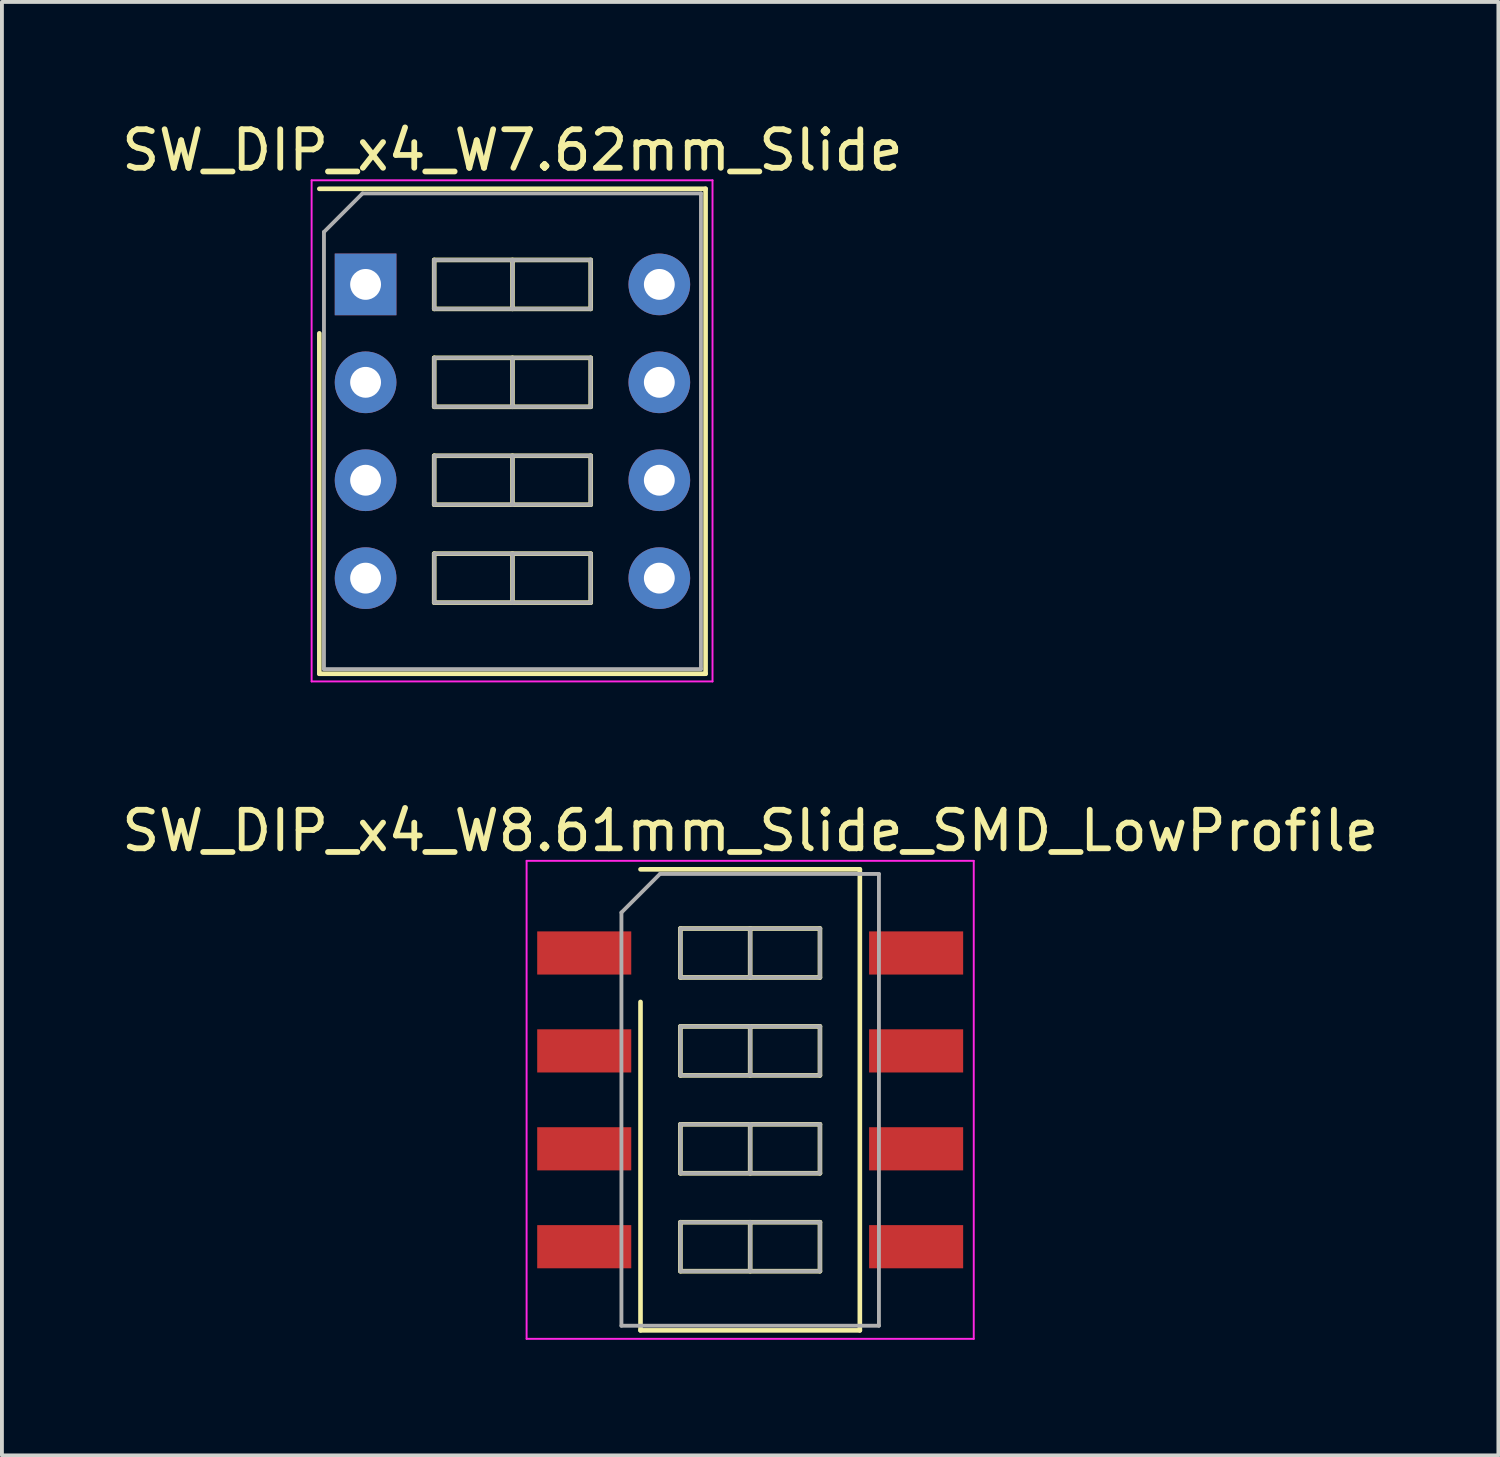
<source format=kicad_pcb>
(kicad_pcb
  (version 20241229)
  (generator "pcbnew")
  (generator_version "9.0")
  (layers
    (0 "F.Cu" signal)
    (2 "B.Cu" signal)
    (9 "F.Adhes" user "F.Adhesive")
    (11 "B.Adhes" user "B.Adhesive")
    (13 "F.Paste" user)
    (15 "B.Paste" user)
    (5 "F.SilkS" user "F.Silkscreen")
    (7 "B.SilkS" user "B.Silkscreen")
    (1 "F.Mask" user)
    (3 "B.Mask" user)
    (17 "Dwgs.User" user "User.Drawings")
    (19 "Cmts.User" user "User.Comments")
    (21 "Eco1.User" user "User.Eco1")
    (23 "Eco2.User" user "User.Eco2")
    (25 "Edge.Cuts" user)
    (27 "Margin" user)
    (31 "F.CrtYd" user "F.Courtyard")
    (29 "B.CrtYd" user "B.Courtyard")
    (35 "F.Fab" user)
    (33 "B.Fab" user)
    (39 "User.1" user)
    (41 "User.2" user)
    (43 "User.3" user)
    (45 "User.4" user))
  (footprint "SW_DIP_x4_W8.61mm_Slide_SMD_LowProfile"
    (layer "F.Cu")
    (at 16.411 25.482)
    (property "Reference" "SW_DIP_x4_W8.61mm_Slide_SMD_LowProfile" (at 0 -6.98 0) (layer "F.SilkS") (effects (font (size 1 1) (thickness 0.15))))
    (attr smd)
    (fp_line (start -2.845 -5.98) (end 2.845 -5.98) (stroke (width 0.12) (type solid)) (layer "F.SilkS"))
    (fp_line (start -2.845 5.98) (end -2.845 -2.54) (stroke (width 0.12) (type solid)) (layer "F.SilkS"))
    (fp_line (start -1.81 -4.445) (end -1.81 -3.175) (stroke (width 0.12) (type solid)) (layer "F.SilkS"))
    (fp_line (start -1.81 -3.175) (end 1.81 -3.175) (stroke (width 0.12) (type solid)) (layer "F.SilkS"))
    (fp_line (start -1.81 -1.905) (end -1.81 -0.635) (stroke (width 0.12) (type solid)) (layer "F.SilkS"))
    (fp_line (start -1.81 -0.635) (end 1.81 -0.635) (stroke (width 0.12) (type solid)) (layer "F.SilkS"))
    (fp_line (start -1.81 0.635) (end -1.81 1.905) (stroke (width 0.12) (type solid)) (layer "F.SilkS"))
    (fp_line (start -1.81 1.905) (end 1.81 1.905) (stroke (width 0.12) (type solid)) (layer "F.SilkS"))
    (fp_line (start -1.81 3.175) (end -1.81 4.445) (stroke (width 0.12) (type solid)) (layer "F.SilkS"))
    (fp_line (start -1.81 4.445) (end 1.81 4.445) (stroke (width 0.12) (type solid)) (layer "F.SilkS"))
    (fp_line (start 0 -4.445) (end 0 -3.175) (stroke (width 0.12) (type solid)) (layer "F.SilkS"))
    (fp_line (start 0 -1.905) (end 0 -0.635) (stroke (width 0.12) (type solid)) (layer "F.SilkS"))
    (fp_line (start 0 0.635) (end 0 1.905) (stroke (width 0.12) (type solid)) (layer "F.SilkS"))
    (fp_line (start 0 3.175) (end 0 4.445) (stroke (width 0.12) (type solid)) (layer "F.SilkS"))
    (fp_line (start 1.81 -4.445) (end -1.81 -4.445) (stroke (width 0.12) (type solid)) (layer "F.SilkS"))
    (fp_line (start 1.81 -3.175) (end 1.81 -4.445) (stroke (width 0.12) (type solid)) (layer "F.SilkS"))
    (fp_line (start 1.81 -1.905) (end -1.81 -1.905) (stroke (width 0.12) (type solid)) (layer "F.SilkS"))
    (fp_line (start 1.81 -0.635) (end 1.81 -1.905) (stroke (width 0.12) (type solid)) (layer "F.SilkS"))
    (fp_line (start 1.81 0.635) (end -1.81 0.635) (stroke (width 0.12) (type solid)) (layer "F.SilkS"))
    (fp_line (start 1.81 1.905) (end 1.81 0.635) (stroke (width 0.12) (type solid)) (layer "F.SilkS"))
    (fp_line (start 1.81 3.175) (end -1.81 3.175) (stroke (width 0.12) (type solid)) (layer "F.SilkS"))
    (fp_line (start 1.81 4.445) (end 1.81 3.175) (stroke (width 0.12) (type solid)) (layer "F.SilkS"))
    (fp_line (start 2.845 -5.98) (end 2.845 5.98) (stroke (width 0.12) (type solid)) (layer "F.SilkS"))
    (fp_line (start 2.845 5.98) (end -2.845 5.98) (stroke (width 0.12) (type solid)) (layer "F.SilkS"))
    (fp_line (start -5.8 -6.2) (end -5.8 6.2) (stroke (width 0.05) (type solid)) (layer "F.CrtYd"))
    (fp_line (start -5.8 6.2) (end 5.8 6.2) (stroke (width 0.05) (type solid)) (layer "F.CrtYd"))
    (fp_line (start 5.8 -6.2) (end -5.8 -6.2) (stroke (width 0.05) (type solid)) (layer "F.CrtYd"))
    (fp_line (start 5.8 6.2) (end 5.8 -6.2) (stroke (width 0.05) (type solid)) (layer "F.CrtYd"))
    (fp_line (start -3.34 -4.86) (end -2.34 -5.86) (stroke (width 0.1) (type solid)) (layer "F.Fab"))
    (fp_line (start -3.34 5.86) (end -3.34 -4.86) (stroke (width 0.1) (type solid)) (layer "F.Fab"))
    (fp_line (start -2.34 -5.86) (end 3.34 -5.86) (stroke (width 0.1) (type solid)) (layer "F.Fab"))
    (fp_line (start -1.81 -4.445) (end -1.81 -3.175) (stroke (width 0.1) (type solid)) (layer "F.Fab"))
    (fp_line (start -1.81 -3.175) (end 1.81 -3.175) (stroke (width 0.1) (type solid)) (layer "F.Fab"))
    (fp_line (start -1.81 -1.905) (end -1.81 -0.635) (stroke (width 0.1) (type solid)) (layer "F.Fab"))
    (fp_line (start -1.81 -0.635) (end 1.81 -0.635) (stroke (width 0.1) (type solid)) (layer "F.Fab"))
    (fp_line (start -1.81 0.635) (end -1.81 1.905) (stroke (width 0.1) (type solid)) (layer "F.Fab"))
    (fp_line (start -1.81 1.905) (end 1.81 1.905) (stroke (width 0.1) (type solid)) (layer "F.Fab"))
    (fp_line (start -1.81 3.175) (end -1.81 4.445) (stroke (width 0.1) (type solid)) (layer "F.Fab"))
    (fp_line (start -1.81 4.445) (end 1.81 4.445) (stroke (width 0.1) (type solid)) (layer "F.Fab"))
    (fp_line (start 0 -4.445) (end 0 -3.175) (stroke (width 0.1) (type solid)) (layer "F.Fab"))
    (fp_line (start 0 -1.905) (end 0 -0.635) (stroke (width 0.1) (type solid)) (layer "F.Fab"))
    (fp_line (start 0 0.635) (end 0 1.905) (stroke (width 0.1) (type solid)) (layer "F.Fab"))
    (fp_line (start 0 3.175) (end 0 4.445) (stroke (width 0.1) (type solid)) (layer "F.Fab"))
    (fp_line (start 1.81 -4.445) (end -1.81 -4.445) (stroke (width 0.1) (type solid)) (layer "F.Fab"))
    (fp_line (start 1.81 -3.175) (end 1.81 -4.445) (stroke (width 0.1) (type solid)) (layer "F.Fab"))
    (fp_line (start 1.81 -1.905) (end -1.81 -1.905) (stroke (width 0.1) (type solid)) (layer "F.Fab"))
    (fp_line (start 1.81 -0.635) (end 1.81 -1.905) (stroke (width 0.1) (type solid)) (layer "F.Fab"))
    (fp_line (start 1.81 0.635) (end -1.81 0.635) (stroke (width 0.1) (type solid)) (layer "F.Fab"))
    (fp_line (start 1.81 1.905) (end 1.81 0.635) (stroke (width 0.1) (type solid)) (layer "F.Fab"))
    (fp_line (start 1.81 3.175) (end -1.81 3.175) (stroke (width 0.1) (type solid)) (layer "F.Fab"))
    (fp_line (start 1.81 4.445) (end 1.81 3.175) (stroke (width 0.1) (type solid)) (layer "F.Fab"))
    (fp_line (start 3.34 -5.86) (end 3.34 5.86) (stroke (width 0.1) (type solid)) (layer "F.Fab"))
    (fp_line (start 3.34 5.86) (end -3.34 5.86) (stroke (width 0.1) (type solid)) (layer "F.Fab"))
    (pad "1" smd rect (at -4.305 -3.81) (size 2.44 1.12) (layers "F.Cu" "F.Mask"))
    (pad "2" smd rect (at -4.305 -1.27) (size 2.44 1.12) (layers "F.Cu" "F.Mask"))
    (pad "3" smd rect (at -4.305 1.27) (size 2.44 1.12) (layers "F.Cu" "F.Mask"))
    (pad "4" smd rect (at -4.305 3.81) (size 2.44 1.12) (layers "F.Cu" "F.Mask"))
    (pad "5" smd rect (at 4.305 3.81) (size 2.44 1.12) (layers "F.Cu" "F.Mask"))
    (pad "6" smd rect (at 4.305 1.27) (size 2.44 1.12) (layers "F.Cu" "F.Mask"))
    (pad "7" smd rect (at 4.305 -1.27) (size 2.44 1.12) (layers "F.Cu" "F.Mask"))
    (pad "8" smd rect (at 4.305 -3.81) (size 2.44 1.12) (layers "F.Cu" "F.Mask")))
  (footprint "SW_DIP_x4_W7.62mm_Slide"
    (layer "F.Cu")
    (at 6.434 4.328)
    (property "Reference" "SW_DIP_x4_W7.62mm_Slide" (at 3.81 -3.48 0) (layer "F.SilkS") (effects (font (size 1 1) (thickness 0.15))))
    (attr through_hole)
    (fp_line (start -1.2 -2.48) (end 8.82 -2.48) (stroke (width 0.12) (type solid)) (layer "F.SilkS"))
    (fp_line (start -1.2 10.1) (end -1.2 1.27) (stroke (width 0.12) (type solid)) (layer "F.SilkS"))
    (fp_line (start 1.78 -0.635) (end 1.78 0.635) (stroke (width 0.12) (type solid)) (layer "F.SilkS"))
    (fp_line (start 1.78 0.635) (end 5.84 0.635) (stroke (width 0.12) (type solid)) (layer "F.SilkS"))
    (fp_line (start 1.78 1.905) (end 1.78 3.175) (stroke (width 0.12) (type solid)) (layer "F.SilkS"))
    (fp_line (start 1.78 3.175) (end 5.84 3.175) (stroke (width 0.12) (type solid)) (layer "F.SilkS"))
    (fp_line (start 1.78 4.445) (end 1.78 5.715) (stroke (width 0.12) (type solid)) (layer "F.SilkS"))
    (fp_line (start 1.78 5.715) (end 5.84 5.715) (stroke (width 0.12) (type solid)) (layer "F.SilkS"))
    (fp_line (start 1.78 6.985) (end 1.78 8.255) (stroke (width 0.12) (type solid)) (layer "F.SilkS"))
    (fp_line (start 1.78 8.255) (end 5.84 8.255) (stroke (width 0.12) (type solid)) (layer "F.SilkS"))
    (fp_line (start 3.81 -0.635) (end 3.81 0.635) (stroke (width 0.12) (type solid)) (layer "F.SilkS"))
    (fp_line (start 3.81 1.905) (end 3.81 3.175) (stroke (width 0.12) (type solid)) (layer "F.SilkS"))
    (fp_line (start 3.81 4.445) (end 3.81 5.715) (stroke (width 0.12) (type solid)) (layer "F.SilkS"))
    (fp_line (start 3.81 6.985) (end 3.81 8.255) (stroke (width 0.12) (type solid)) (layer "F.SilkS"))
    (fp_line (start 5.84 -0.635) (end 1.78 -0.635) (stroke (width 0.12) (type solid)) (layer "F.SilkS"))
    (fp_line (start 5.84 0.635) (end 5.84 -0.635) (stroke (width 0.12) (type solid)) (layer "F.SilkS"))
    (fp_line (start 5.84 1.905) (end 1.78 1.905) (stroke (width 0.12) (type solid)) (layer "F.SilkS"))
    (fp_line (start 5.84 3.175) (end 5.84 1.905) (stroke (width 0.12) (type solid)) (layer "F.SilkS"))
    (fp_line (start 5.84 4.445) (end 1.78 4.445) (stroke (width 0.12) (type solid)) (layer "F.SilkS"))
    (fp_line (start 5.84 5.715) (end 5.84 4.445) (stroke (width 0.12) (type solid)) (layer "F.SilkS"))
    (fp_line (start 5.84 6.985) (end 1.78 6.985) (stroke (width 0.12) (type solid)) (layer "F.SilkS"))
    (fp_line (start 5.84 8.255) (end 5.84 6.985) (stroke (width 0.12) (type solid)) (layer "F.SilkS"))
    (fp_line (start 8.82 -2.48) (end 8.82 10.1) (stroke (width 0.12) (type solid)) (layer "F.SilkS"))
    (fp_line (start 8.82 10.1) (end -1.2 10.1) (stroke (width 0.12) (type solid)) (layer "F.SilkS"))
    (fp_line (start -1.4 -2.7) (end -1.4 10.3) (stroke (width 0.05) (type solid)) (layer "F.CrtYd"))
    (fp_line (start -1.4 10.3) (end 9 10.3) (stroke (width 0.05) (type solid)) (layer "F.CrtYd"))
    (fp_line (start 9 -2.7) (end -1.4 -2.7) (stroke (width 0.05) (type solid)) (layer "F.CrtYd"))
    (fp_line (start 9 10.3) (end 9 -2.7) (stroke (width 0.05) (type solid)) (layer "F.CrtYd"))
    (fp_line (start -1.08 -1.36) (end -0.08 -2.36) (stroke (width 0.1) (type solid)) (layer "F.Fab"))
    (fp_line (start -1.08 9.98) (end -1.08 -1.36) (stroke (width 0.1) (type solid)) (layer "F.Fab"))
    (fp_line (start -0.08 -2.36) (end 8.7 -2.36) (stroke (width 0.1) (type solid)) (layer "F.Fab"))
    (fp_line (start 1.78 -0.635) (end 1.78 0.635) (stroke (width 0.1) (type solid)) (layer "F.Fab"))
    (fp_line (start 1.78 0.635) (end 5.84 0.635) (stroke (width 0.1) (type solid)) (layer "F.Fab"))
    (fp_line (start 1.78 1.905) (end 1.78 3.175) (stroke (width 0.1) (type solid)) (layer "F.Fab"))
    (fp_line (start 1.78 3.175) (end 5.84 3.175) (stroke (width 0.1) (type solid)) (layer "F.Fab"))
    (fp_line (start 1.78 4.445) (end 1.78 5.715) (stroke (width 0.1) (type solid)) (layer "F.Fab"))
    (fp_line (start 1.78 5.715) (end 5.84 5.715) (stroke (width 0.1) (type solid)) (layer "F.Fab"))
    (fp_line (start 1.78 6.985) (end 1.78 8.255) (stroke (width 0.1) (type solid)) (layer "F.Fab"))
    (fp_line (start 1.78 8.255) (end 5.84 8.255) (stroke (width 0.1) (type solid)) (layer "F.Fab"))
    (fp_line (start 3.81 -0.635) (end 3.81 0.635) (stroke (width 0.1) (type solid)) (layer "F.Fab"))
    (fp_line (start 3.81 1.905) (end 3.81 3.175) (stroke (width 0.1) (type solid)) (layer "F.Fab"))
    (fp_line (start 3.81 4.445) (end 3.81 5.715) (stroke (width 0.1) (type solid)) (layer "F.Fab"))
    (fp_line (start 3.81 6.985) (end 3.81 8.255) (stroke (width 0.1) (type solid)) (layer "F.Fab"))
    (fp_line (start 5.84 -0.635) (end 1.78 -0.635) (stroke (width 0.1) (type solid)) (layer "F.Fab"))
    (fp_line (start 5.84 0.635) (end 5.84 -0.635) (stroke (width 0.1) (type solid)) (layer "F.Fab"))
    (fp_line (start 5.84 1.905) (end 1.78 1.905) (stroke (width 0.1) (type solid)) (layer "F.Fab"))
    (fp_line (start 5.84 3.175) (end 5.84 1.905) (stroke (width 0.1) (type solid)) (layer "F.Fab"))
    (fp_line (start 5.84 4.445) (end 1.78 4.445) (stroke (width 0.1) (type solid)) (layer "F.Fab"))
    (fp_line (start 5.84 5.715) (end 5.84 4.445) (stroke (width 0.1) (type solid)) (layer "F.Fab"))
    (fp_line (start 5.84 6.985) (end 1.78 6.985) (stroke (width 0.1) (type solid)) (layer "F.Fab"))
    (fp_line (start 5.84 8.255) (end 5.84 6.985) (stroke (width 0.1) (type solid)) (layer "F.Fab"))
    (fp_line (start 8.7 -2.36) (end 8.7 9.98) (stroke (width 0.1) (type solid)) (layer "F.Fab"))
    (fp_line (start 8.7 9.98) (end -1.08 9.98) (stroke (width 0.1) (type solid)) (layer "F.Fab"))
    (pad "1" thru_hole rect (at 0 0) (size 1.6 1.6) (drill 0.8) (layers "*.Cu" "*.Mask"))
    (pad "2" thru_hole oval (at 0 2.54) (size 1.6 1.6) (drill 0.8) (layers "*.Cu" "*.Mask"))
    (pad "3" thru_hole oval (at 0 5.08) (size 1.6 1.6) (drill 0.8) (layers "*.Cu" "*.Mask"))
    (pad "4" thru_hole oval (at 0 7.62) (size 1.6 1.6) (drill 0.8) (layers "*.Cu" "*.Mask"))
    (pad "5" thru_hole oval (at 7.62 7.62) (size 1.6 1.6) (drill 0.8) (layers "*.Cu" "*.Mask"))
    (pad "6" thru_hole oval (at 7.62 5.08) (size 1.6 1.6) (drill 0.8) (layers "*.Cu" "*.Mask"))
    (pad "7" thru_hole oval (at 7.62 2.54) (size 1.6 1.6) (drill 0.8) (layers "*.Cu" "*.Mask"))
    (pad "8" thru_hole oval (at 7.62 0) (size 1.6 1.6) (drill 0.8) (layers "*.Cu" "*.Mask")))
  (gr_rect
    (start -3 -3)
    (end 35.821 34.706)
    (stroke (width 0.1) (type default))
    (fill no)
    (layer "Edge.Cuts")))
</source>
